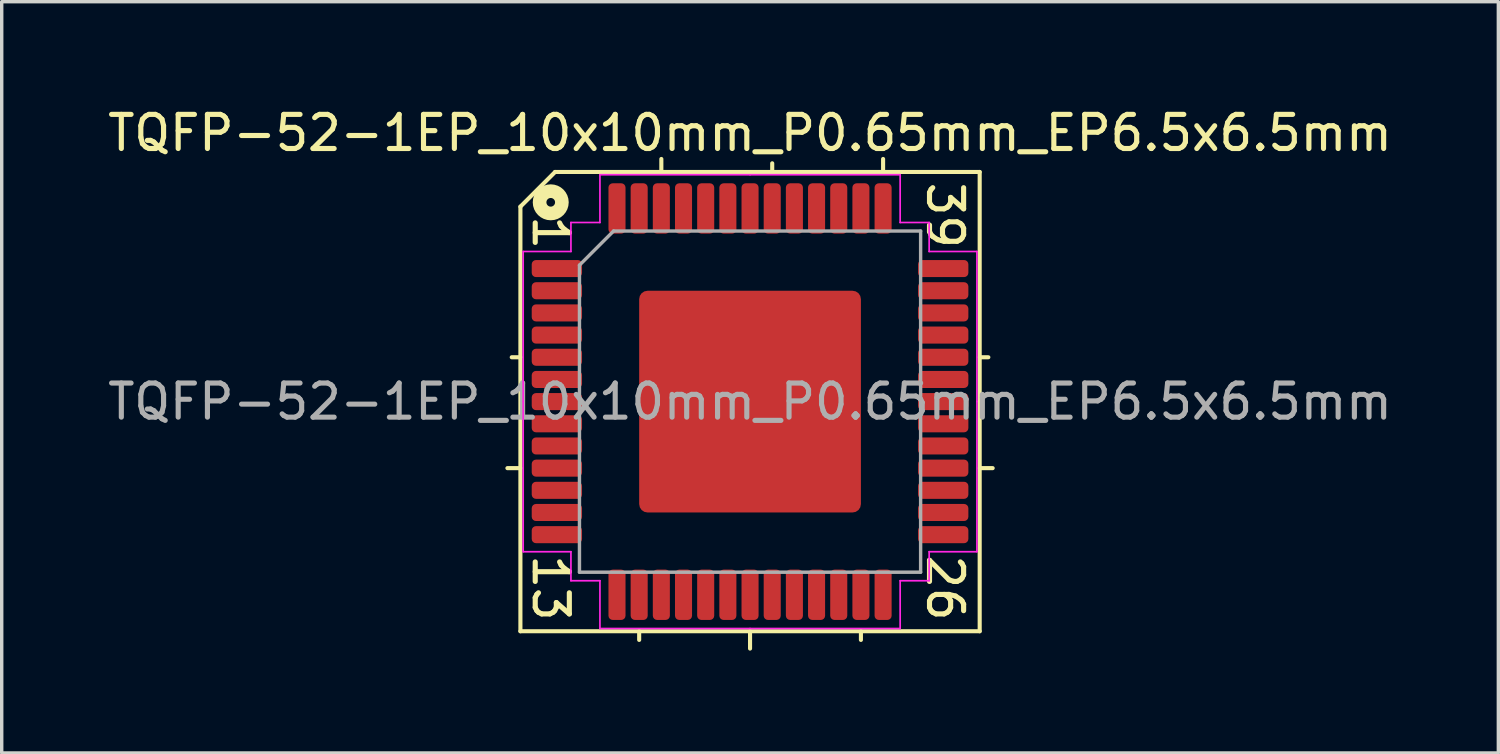
<source format=kicad_pcb>
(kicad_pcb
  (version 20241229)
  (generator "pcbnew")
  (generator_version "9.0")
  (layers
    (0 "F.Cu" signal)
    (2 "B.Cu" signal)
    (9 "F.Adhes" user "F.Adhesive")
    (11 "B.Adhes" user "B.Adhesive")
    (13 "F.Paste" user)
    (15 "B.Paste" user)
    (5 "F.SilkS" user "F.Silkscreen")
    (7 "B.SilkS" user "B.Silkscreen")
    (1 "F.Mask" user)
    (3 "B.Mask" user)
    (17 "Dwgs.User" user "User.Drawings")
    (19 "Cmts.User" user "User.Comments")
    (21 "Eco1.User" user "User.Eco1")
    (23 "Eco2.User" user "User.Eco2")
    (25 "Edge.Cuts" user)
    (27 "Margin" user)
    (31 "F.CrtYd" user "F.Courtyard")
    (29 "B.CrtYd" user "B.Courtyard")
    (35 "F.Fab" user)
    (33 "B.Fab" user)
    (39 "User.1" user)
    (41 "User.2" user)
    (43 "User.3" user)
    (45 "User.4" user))
  (footprint "TQFP-52-1EP_10x10mm_P0.65mm_EP6.5x6.5mm"
    (layer "F.Cu")
    (at 18.935 8.722)
    (property "Reference" "TQFP-52-1EP_10x10mm_P0.65mm_EP6.5x6.5mm" (at 0 -7.874 0) (layer "F.SilkS") (effects (font (size 1 1) (thickness 0.15))))
    (attr smd)
    (fp_line (start -6.731 -5.715) (end -6.731 6.731) (stroke (width 0.12) (type solid)) (layer "F.SilkS"))
    (fp_line (start -6.731 -1.3) (end -6.985 -1.3) (stroke (width 0.12) (type solid)) (layer "F.SilkS"))
    (fp_line (start -6.731 1.95) (end -7.112 1.95) (stroke (width 0.12) (type solid)) (layer "F.SilkS"))
    (fp_line (start -6.731 6.731) (end 6.731 6.731) (stroke (width 0.12) (type solid)) (layer "F.SilkS"))
    (fp_line (start -5.715 -6.731) (end -6.731 -5.715) (stroke (width 0.12) (type solid)) (layer "F.SilkS"))
    (fp_line (start -3.25 6.731) (end -3.25 6.985) (stroke (width 0.12) (type solid)) (layer "F.SilkS"))
    (fp_line (start -2.6 -6.731) (end -2.6 -7.112) (stroke (width 0.12) (type solid)) (layer "F.SilkS"))
    (fp_line (start 0 6.731) (end 0 7.239) (stroke (width 0.12) (type solid)) (layer "F.SilkS"))
    (fp_line (start 0.65 -6.731) (end 0.65 -6.985) (stroke (width 0.12) (type solid)) (layer "F.SilkS"))
    (fp_line (start 3.25 6.731) (end 3.25 6.985) (stroke (width 0.12) (type solid)) (layer "F.SilkS"))
    (fp_line (start 3.9 -6.731) (end 3.9 -7.112) (stroke (width 0.12) (type solid)) (layer "F.SilkS"))
    (fp_line (start 6.731 -6.731) (end -5.715 -6.731) (stroke (width 0.12) (type solid)) (layer "F.SilkS"))
    (fp_line (start 6.731 -1.3) (end 6.985 -1.3) (stroke (width 0.12) (type solid)) (layer "F.SilkS"))
    (fp_line (start 6.731 1.95) (end 7.112 1.95) (stroke (width 0.12) (type solid)) (layer "F.SilkS"))
    (fp_line (start 6.731 6.731) (end 6.731 -6.731) (stroke (width 0.12) (type solid)) (layer "F.SilkS"))
    (fp_circle (center -5.842 -5.842) (end -5.715 -5.842) (stroke (width 0.4) (type solid)) (fill no) (layer "F.SilkS"))
    (fp_line (start -6.65 -4.4) (end -6.65 0) (stroke (width 0.05) (type solid)) (layer "F.CrtYd"))
    (fp_line (start -6.65 4.4) (end -6.65 0) (stroke (width 0.05) (type solid)) (layer "F.CrtYd"))
    (fp_line (start -5.25 -5.25) (end -5.25 -4.4) (stroke (width 0.05) (type solid)) (layer "F.CrtYd"))
    (fp_line (start -5.25 -4.4) (end -6.65 -4.4) (stroke (width 0.05) (type solid)) (layer "F.CrtYd"))
    (fp_line (start -5.25 4.4) (end -6.65 4.4) (stroke (width 0.05) (type solid)) (layer "F.CrtYd"))
    (fp_line (start -5.25 5.25) (end -5.25 4.4) (stroke (width 0.05) (type solid)) (layer "F.CrtYd"))
    (fp_line (start -4.4 -6.65) (end -4.4 -5.25) (stroke (width 0.05) (type solid)) (layer "F.CrtYd"))
    (fp_line (start -4.4 -5.25) (end -5.25 -5.25) (stroke (width 0.05) (type solid)) (layer "F.CrtYd"))
    (fp_line (start -4.4 5.25) (end -5.25 5.25) (stroke (width 0.05) (type solid)) (layer "F.CrtYd"))
    (fp_line (start -4.4 6.65) (end -4.4 5.25) (stroke (width 0.05) (type solid)) (layer "F.CrtYd"))
    (fp_line (start 0 -6.65) (end -4.4 -6.65) (stroke (width 0.05) (type solid)) (layer "F.CrtYd"))
    (fp_line (start 0 -6.65) (end 4.4 -6.65) (stroke (width 0.05) (type solid)) (layer "F.CrtYd"))
    (fp_line (start 0 6.65) (end -4.4 6.65) (stroke (width 0.05) (type solid)) (layer "F.CrtYd"))
    (fp_line (start 0 6.65) (end 4.4 6.65) (stroke (width 0.05) (type solid)) (layer "F.CrtYd"))
    (fp_line (start 4.4 -6.65) (end 4.4 -5.25) (stroke (width 0.05) (type solid)) (layer "F.CrtYd"))
    (fp_line (start 4.4 -5.25) (end 5.25 -5.25) (stroke (width 0.05) (type solid)) (layer "F.CrtYd"))
    (fp_line (start 4.4 5.25) (end 5.25 5.25) (stroke (width 0.05) (type solid)) (layer "F.CrtYd"))
    (fp_line (start 4.4 6.65) (end 4.4 5.25) (stroke (width 0.05) (type solid)) (layer "F.CrtYd"))
    (fp_line (start 5.25 -5.25) (end 5.25 -4.4) (stroke (width 0.05) (type solid)) (layer "F.CrtYd"))
    (fp_line (start 5.25 -4.4) (end 6.65 -4.4) (stroke (width 0.05) (type solid)) (layer "F.CrtYd"))
    (fp_line (start 5.25 4.4) (end 6.65 4.4) (stroke (width 0.05) (type solid)) (layer "F.CrtYd"))
    (fp_line (start 5.25 5.25) (end 5.25 4.4) (stroke (width 0.05) (type solid)) (layer "F.CrtYd"))
    (fp_line (start 6.65 -4.4) (end 6.65 0) (stroke (width 0.05) (type solid)) (layer "F.CrtYd"))
    (fp_line (start 6.65 4.4) (end 6.65 0) (stroke (width 0.05) (type solid)) (layer "F.CrtYd"))
    (fp_line (start -5 -4) (end -4 -5) (stroke (width 0.1) (type solid)) (layer "F.Fab"))
    (fp_line (start -5 5) (end -5 -4) (stroke (width 0.1) (type solid)) (layer "F.Fab"))
    (fp_line (start -4 -5) (end 5 -5) (stroke (width 0.1) (type solid)) (layer "F.Fab"))
    (fp_line (start 5 -5) (end 5 5) (stroke (width 0.1) (type solid)) (layer "F.Fab"))
    (fp_line (start 5 5) (end -5 5) (stroke (width 0.1) (type solid)) (layer "F.Fab"))
    (fp_text user "1" (at -5.842 -4.953 270) (unlocked yes) (layer "F.SilkS") (effects (font (size 1 1) (thickness 0.15))))
    (fp_text user "39" (at 5.715 -5.461 270) (unlocked yes) (layer "F.SilkS") (effects (font (size 1 1) (thickness 0.15))))
    (fp_text user "13" (at -5.842 5.461 270) (unlocked yes) (layer "F.SilkS") (effects (font (size 1 1) (thickness 0.15))))
    (fp_text user "26" (at 5.715 5.461 270) (unlocked yes) (layer "F.SilkS") (effects (font (size 1 1) (thickness 0.15))))
    (fp_text user "${REFERENCE}" (at 0 0 0) (layer "F.Fab") (effects (font (size 1 1) (thickness 0.15))))
    (pad "" smd roundrect (at -2.6 -2.6) (size 1.05 1.05) (layers "F.Paste") (roundrect_rratio 0.238))
    (pad "" smd roundrect (at -2.6 -1.3) (size 1.05 1.05) (layers "F.Paste") (roundrect_rratio 0.238))
    (pad "" smd roundrect (at -2.6 0) (size 1.05 1.05) (layers "F.Paste") (roundrect_rratio 0.238))
    (pad "" smd roundrect (at -2.6 1.3) (size 1.05 1.05) (layers "F.Paste") (roundrect_rratio 0.238))
    (pad "" smd roundrect (at -2.6 2.6) (size 1.05 1.05) (layers "F.Paste") (roundrect_rratio 0.238))
    (pad "" smd roundrect (at -1.3 -2.6) (size 1.05 1.05) (layers "F.Paste") (roundrect_rratio 0.238))
    (pad "" smd roundrect (at -1.3 -1.3) (size 1.05 1.05) (layers "F.Paste") (roundrect_rratio 0.238))
    (pad "" smd roundrect (at -1.3 0) (size 1.05 1.05) (layers "F.Paste") (roundrect_rratio 0.238))
    (pad "" smd roundrect (at -1.3 1.3) (size 1.05 1.05) (layers "F.Paste") (roundrect_rratio 0.238))
    (pad "" smd roundrect (at -1.3 2.6) (size 1.05 1.05) (layers "F.Paste") (roundrect_rratio 0.238))
    (pad "" smd roundrect (at 0 -2.6) (size 1.05 1.05) (layers "F.Paste") (roundrect_rratio 0.238))
    (pad "" smd roundrect (at 0 -1.3) (size 1.05 1.05) (layers "F.Paste") (roundrect_rratio 0.238))
    (pad "" smd roundrect (at 0 0) (size 1.05 1.05) (layers "F.Paste") (roundrect_rratio 0.238))
    (pad "" smd roundrect (at 0 1.3) (size 1.05 1.05) (layers "F.Paste") (roundrect_rratio 0.238))
    (pad "" smd roundrect (at 0 2.6) (size 1.05 1.05) (layers "F.Paste") (roundrect_rratio 0.238))
    (pad "" smd roundrect (at 1.3 -2.6) (size 1.05 1.05) (layers "F.Paste") (roundrect_rratio 0.238))
    (pad "" smd roundrect (at 1.3 -1.3) (size 1.05 1.05) (layers "F.Paste") (roundrect_rratio 0.238))
    (pad "" smd roundrect (at 1.3 0) (size 1.05 1.05) (layers "F.Paste") (roundrect_rratio 0.238))
    (pad "" smd roundrect (at 1.3 1.3) (size 1.05 1.05) (layers "F.Paste") (roundrect_rratio 0.238))
    (pad "" smd roundrect (at 1.3 2.6) (size 1.05 1.05) (layers "F.Paste") (roundrect_rratio 0.238))
    (pad "" smd roundrect (at 2.6 -2.6) (size 1.05 1.05) (layers "F.Paste") (roundrect_rratio 0.238))
    (pad "" smd roundrect (at 2.6 -1.3) (size 1.05 1.05) (layers "F.Paste") (roundrect_rratio 0.238))
    (pad "" smd roundrect (at 2.6 0) (size 1.05 1.05) (layers "F.Paste") (roundrect_rratio 0.238))
    (pad "" smd roundrect (at 2.6 1.3) (size 1.05 1.05) (layers "F.Paste") (roundrect_rratio 0.238))
    (pad "" smd roundrect (at 2.6 2.6) (size 1.05 1.05) (layers "F.Paste") (roundrect_rratio 0.238))
    (pad "1" smd roundrect (at -5.662 -3.9) (size 1.475 0.5) (layers "F.Cu" "F.Mask" "F.Paste") (roundrect_rratio 0.25))
    (pad "2" smd roundrect (at -5.662 -3.25) (size 1.475 0.5) (layers "F.Cu" "F.Mask" "F.Paste") (roundrect_rratio 0.25))
    (pad "3" smd roundrect (at -5.662 -2.6) (size 1.475 0.5) (layers "F.Cu" "F.Mask" "F.Paste") (roundrect_rratio 0.25))
    (pad "4" smd roundrect (at -5.662 -1.95) (size 1.475 0.5) (layers "F.Cu" "F.Mask" "F.Paste") (roundrect_rratio 0.25))
    (pad "5" smd roundrect (at -5.662 -1.3) (size 1.475 0.5) (layers "F.Cu" "F.Mask" "F.Paste") (roundrect_rratio 0.25))
    (pad "6" smd roundrect (at -5.662 -0.65) (size 1.475 0.5) (layers "F.Cu" "F.Mask" "F.Paste") (roundrect_rratio 0.25))
    (pad "7" smd roundrect (at -5.662 0) (size 1.475 0.5) (layers "F.Cu" "F.Mask" "F.Paste") (roundrect_rratio 0.25))
    (pad "8" smd roundrect (at -5.662 0.65) (size 1.475 0.5) (layers "F.Cu" "F.Mask" "F.Paste") (roundrect_rratio 0.25))
    (pad "9" smd roundrect (at -5.662 1.3) (size 1.475 0.5) (layers "F.Cu" "F.Mask" "F.Paste") (roundrect_rratio 0.25))
    (pad "10" smd roundrect (at -5.662 1.95) (size 1.475 0.5) (layers "F.Cu" "F.Mask" "F.Paste") (roundrect_rratio 0.25))
    (pad "11" smd roundrect (at -5.662 2.6) (size 1.475 0.5) (layers "F.Cu" "F.Mask" "F.Paste") (roundrect_rratio 0.25))
    (pad "12" smd roundrect (at -5.662 3.25) (size 1.475 0.5) (layers "F.Cu" "F.Mask" "F.Paste") (roundrect_rratio 0.25))
    (pad "13" smd roundrect (at -5.662 3.9) (size 1.475 0.5) (layers "F.Cu" "F.Mask" "F.Paste") (roundrect_rratio 0.25))
    (pad "14" smd roundrect (at -3.9 5.662) (size 0.5 1.475) (layers "F.Cu" "F.Mask" "F.Paste") (roundrect_rratio 0.25))
    (pad "15" smd roundrect (at -3.25 5.662) (size 0.5 1.475) (layers "F.Cu" "F.Mask" "F.Paste") (roundrect_rratio 0.25))
    (pad "16" smd roundrect (at -2.6 5.662) (size 0.5 1.475) (layers "F.Cu" "F.Mask" "F.Paste") (roundrect_rratio 0.25))
    (pad "17" smd roundrect (at -1.95 5.662) (size 0.5 1.475) (layers "F.Cu" "F.Mask" "F.Paste") (roundrect_rratio 0.25))
    (pad "18" smd roundrect (at -1.3 5.662) (size 0.5 1.475) (layers "F.Cu" "F.Mask" "F.Paste") (roundrect_rratio 0.25))
    (pad "19" smd roundrect (at -0.65 5.662) (size 0.5 1.475) (layers "F.Cu" "F.Mask" "F.Paste") (roundrect_rratio 0.25))
    (pad "20" smd roundrect (at 0 5.662) (size 0.5 1.475) (layers "F.Cu" "F.Mask" "F.Paste") (roundrect_rratio 0.25))
    (pad "21" smd roundrect (at 0.65 5.662) (size 0.5 1.475) (layers "F.Cu" "F.Mask" "F.Paste") (roundrect_rratio 0.25))
    (pad "22" smd roundrect (at 1.3 5.662) (size 0.5 1.475) (layers "F.Cu" "F.Mask" "F.Paste") (roundrect_rratio 0.25))
    (pad "23" smd roundrect (at 1.95 5.662) (size 0.5 1.475) (layers "F.Cu" "F.Mask" "F.Paste") (roundrect_rratio 0.25))
    (pad "24" smd roundrect (at 2.6 5.662) (size 0.5 1.475) (layers "F.Cu" "F.Mask" "F.Paste") (roundrect_rratio 0.25))
    (pad "25" smd roundrect (at 3.25 5.662) (size 0.5 1.475) (layers "F.Cu" "F.Mask" "F.Paste") (roundrect_rratio 0.25))
    (pad "26" smd roundrect (at 3.9 5.662) (size 0.5 1.475) (layers "F.Cu" "F.Mask" "F.Paste") (roundrect_rratio 0.25))
    (pad "27" smd roundrect (at 5.662 3.9) (size 1.475 0.5) (layers "F.Cu" "F.Mask" "F.Paste") (roundrect_rratio 0.25))
    (pad "28" smd roundrect (at 5.662 3.25) (size 1.475 0.5) (layers "F.Cu" "F.Mask" "F.Paste") (roundrect_rratio 0.25))
    (pad "29" smd roundrect (at 5.662 2.6) (size 1.475 0.5) (layers "F.Cu" "F.Mask" "F.Paste") (roundrect_rratio 0.25))
    (pad "30" smd roundrect (at 5.662 1.95) (size 1.475 0.5) (layers "F.Cu" "F.Mask" "F.Paste") (roundrect_rratio 0.25))
    (pad "31" smd roundrect (at 5.662 1.3) (size 1.475 0.5) (layers "F.Cu" "F.Mask" "F.Paste") (roundrect_rratio 0.25))
    (pad "32" smd roundrect (at 5.662 0.65) (size 1.475 0.5) (layers "F.Cu" "F.Mask" "F.Paste") (roundrect_rratio 0.25))
    (pad "33" smd roundrect (at 5.662 0) (size 1.475 0.5) (layers "F.Cu" "F.Mask" "F.Paste") (roundrect_rratio 0.25))
    (pad "34" smd roundrect (at 5.662 -0.65) (size 1.475 0.5) (layers "F.Cu" "F.Mask" "F.Paste") (roundrect_rratio 0.25))
    (pad "35" smd roundrect (at 5.662 -1.3) (size 1.475 0.5) (layers "F.Cu" "F.Mask" "F.Paste") (roundrect_rratio 0.25))
    (pad "36" smd roundrect (at 5.662 -1.95) (size 1.475 0.5) (layers "F.Cu" "F.Mask" "F.Paste") (roundrect_rratio 0.25))
    (pad "37" smd roundrect (at 5.662 -2.6) (size 1.475 0.5) (layers "F.Cu" "F.Mask" "F.Paste") (roundrect_rratio 0.25))
    (pad "38" smd roundrect (at 5.662 -3.25) (size 1.475 0.5) (layers "F.Cu" "F.Mask" "F.Paste") (roundrect_rratio 0.25))
    (pad "39" smd roundrect (at 5.662 -3.9) (size 1.475 0.5) (layers "F.Cu" "F.Mask" "F.Paste") (roundrect_rratio 0.25))
    (pad "40" smd roundrect (at 3.9 -5.662) (size 0.5 1.475) (layers "F.Cu" "F.Mask" "F.Paste") (roundrect_rratio 0.25))
    (pad "41" smd roundrect (at 3.25 -5.662) (size 0.5 1.475) (layers "F.Cu" "F.Mask" "F.Paste") (roundrect_rratio 0.25))
    (pad "42" smd roundrect (at 2.6 -5.662) (size 0.5 1.475) (layers "F.Cu" "F.Mask" "F.Paste") (roundrect_rratio 0.25))
    (pad "43" smd roundrect (at 1.95 -5.662) (size 0.5 1.475) (layers "F.Cu" "F.Mask" "F.Paste") (roundrect_rratio 0.25))
    (pad "44" smd roundrect (at 1.3 -5.662) (size 0.5 1.475) (layers "F.Cu" "F.Mask" "F.Paste") (roundrect_rratio 0.25))
    (pad "45" smd roundrect (at 0.65 -5.662) (size 0.5 1.475) (layers "F.Cu" "F.Mask" "F.Paste") (roundrect_rratio 0.25))
    (pad "46" smd roundrect (at 0 -5.662) (size 0.5 1.475) (layers "F.Cu" "F.Mask" "F.Paste") (roundrect_rratio 0.25))
    (pad "47" smd roundrect (at -0.65 -5.662) (size 0.5 1.475) (layers "F.Cu" "F.Mask" "F.Paste") (roundrect_rratio 0.25))
    (pad "48" smd roundrect (at -1.3 -5.662) (size 0.5 1.475) (layers "F.Cu" "F.Mask" "F.Paste") (roundrect_rratio 0.25))
    (pad "49" smd roundrect (at -1.95 -5.662) (size 0.5 1.475) (layers "F.Cu" "F.Mask" "F.Paste") (roundrect_rratio 0.25))
    (pad "50" smd roundrect (at -2.6 -5.662) (size 0.5 1.475) (layers "F.Cu" "F.Mask" "F.Paste") (roundrect_rratio 0.25))
    (pad "51" smd roundrect (at -3.25 -5.662) (size 0.5 1.475) (layers "F.Cu" "F.Mask" "F.Paste") (roundrect_rratio 0.25))
    (pad "52" smd roundrect (at -3.9 -5.662) (size 0.5 1.475) (layers "F.Cu" "F.Mask" "F.Paste") (roundrect_rratio 0.25))
    (pad "53" smd roundrect (at 0 0) (size 6.5 6.5) (layers "F.Cu" "F.Mask") (roundrect_rratio 0.038)))
  (gr_rect
    (start -3 -3)
    (end 40.869 19.021)
    (stroke (width 0.1) (type default))
    (fill no)
    (layer "Edge.Cuts")))
</source>
